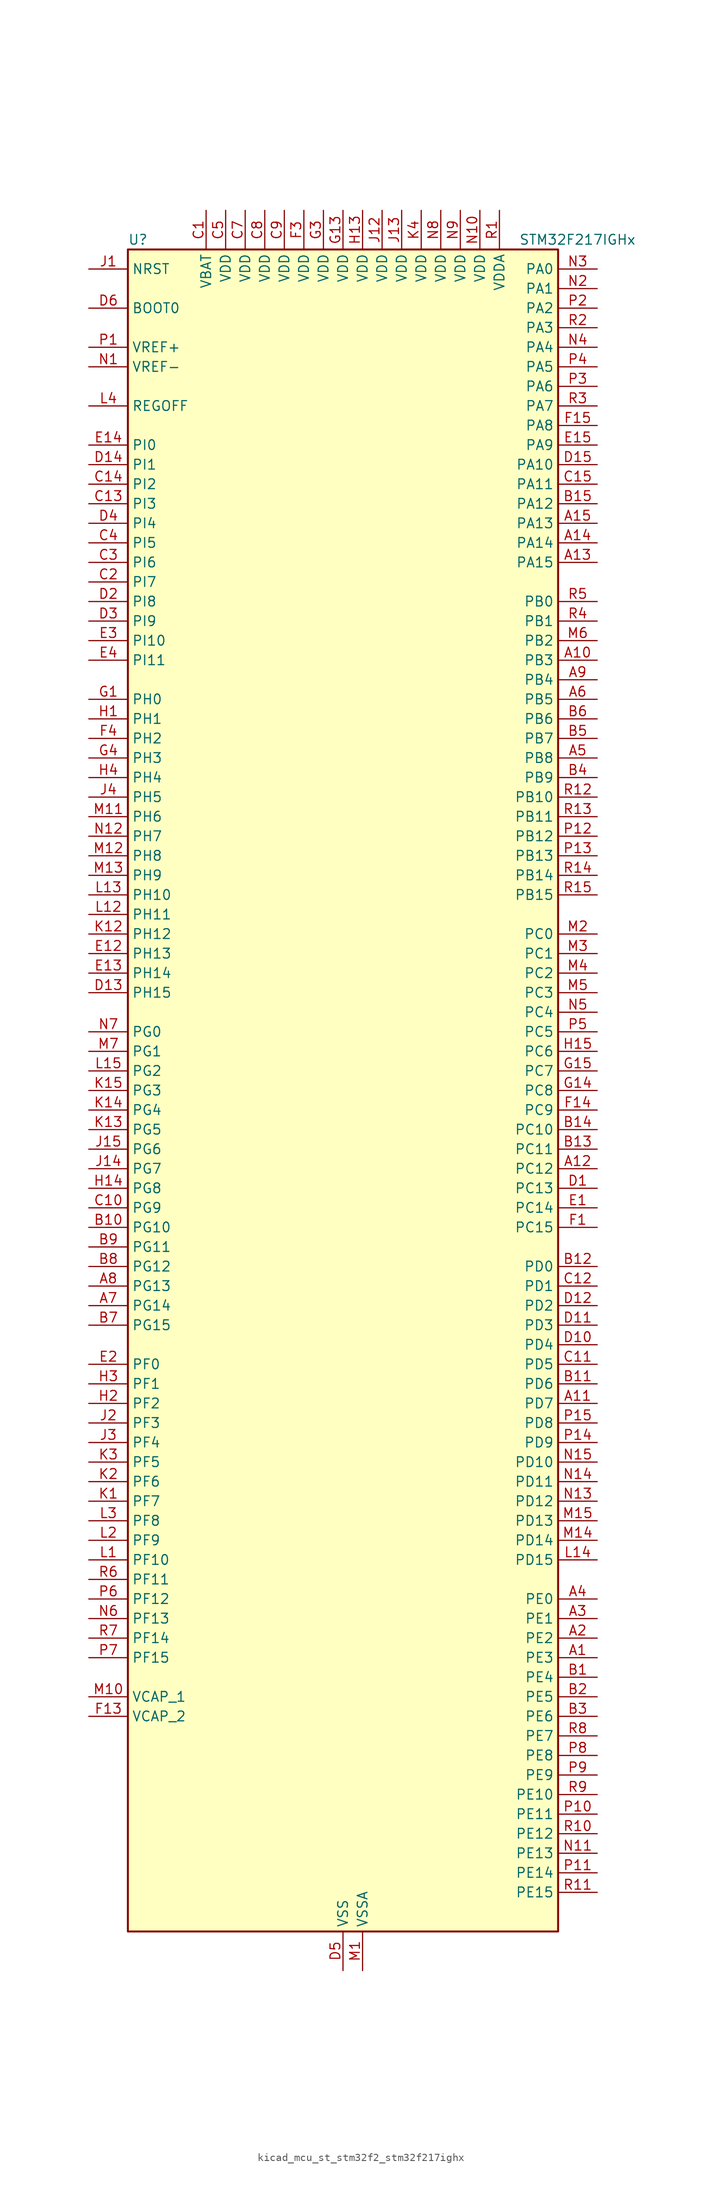
<source format=kicad_sym>
(kicad_symbol_lib
  (version 20220914)
  (generator kicad_symbol_editor)
  (symbol "kicad_mcu_st_stm32f2_stm32f217ighx"
    (property "Reference" "U"
      (at -27.94 110.49 0)
      (effects (font (size 1.27 1.27)) (justify left)))
    (property "Value" "STM32F217IGHx"
      (at 22.86 110.49 0)
      (effects (font (size 1.27 1.27)) (justify left)))
    (property "ki_locked" ""
      (at 0 0 0)
      (effects (font (size 1.27 1.27))))
    (symbol "kicad_mcu_st_stm32f2_stm32f217ighx_0_1"
      (rectangle (start -27.94 -109.22) (end 27.94 109.22) (stroke (width 0.254) (type default)) (fill (type background))))
    (symbol "kicad_mcu_st_stm32f2_stm32f217ighx_1_1"
      (pin bidirectional line (at 33.02 -73.66 180) (length 5.08) (name "PE3" (effects (font (size 1.27 1.27)))) (number "A1" (effects (font (size 1.27 1.27)))) (alternate "FSMC_A19" bidirectional line) (alternate "SYS_TRACED0" bidirectional line))
      (pin bidirectional line (at 33.02 55.88 180) (length 5.08) (name "PB3" (effects (font (size 1.27 1.27)))) (number "A10" (effects (font (size 1.27 1.27)))) (alternate "I2S3_SCK" bidirectional line) (alternate "SPI1_SCK" bidirectional line) (alternate "SPI3_SCK" bidirectional line) (alternate "SYS_JTDO-SWO" bidirectional line) (alternate "TIM2_CH2" bidirectional line))
      (pin bidirectional line (at 33.02 -40.64 180) (length 5.08) (name "PD7" (effects (font (size 1.27 1.27)))) (number "A11" (effects (font (size 1.27 1.27)))) (alternate "FSMC_NCE2" bidirectional line) (alternate "FSMC_NE1" bidirectional line) (alternate "USART2_CK" bidirectional line))
      (pin bidirectional line (at 33.02 -10.16 180) (length 5.08) (name "PC12" (effects (font (size 1.27 1.27)))) (number "A12" (effects (font (size 1.27 1.27)))) (alternate "DCMI_D9" bidirectional line) (alternate "I2S3_SD" bidirectional line) (alternate "SDIO_CK" bidirectional line) (alternate "SPI3_MOSI" bidirectional line) (alternate "UART5_TX" bidirectional line) (alternate "USART3_CK" bidirectional line))
      (pin bidirectional line (at 33.02 68.58 180) (length 5.08) (name "PA15" (effects (font (size 1.27 1.27)))) (number "A13" (effects (font (size 1.27 1.27)))) (alternate "ADC1_EXTI15" bidirectional line) (alternate "ADC2_EXTI15" bidirectional line) (alternate "ADC3_EXTI15" bidirectional line) (alternate "I2S3_WS" bidirectional line) (alternate "SPI1_NSS" bidirectional line) (alternate "SPI3_NSS" bidirectional line) (alternate "SYS_JTDI" bidirectional line) (alternate "TIM2_CH1" bidirectional line) (alternate "TIM2_ETR" bidirectional line))
      (pin bidirectional line (at 33.02 71.12 180) (length 5.08) (name "PA14" (effects (font (size 1.27 1.27)))) (number "A14" (effects (font (size 1.27 1.27)))) (alternate "SYS_JTCK-SWCLK" bidirectional line))
      (pin bidirectional line (at 33.02 73.66 180) (length 5.08) (name "PA13" (effects (font (size 1.27 1.27)))) (number "A15" (effects (font (size 1.27 1.27)))) (alternate "SYS_JTMS-SWDIO" bidirectional line))
      (pin bidirectional line (at 33.02 -71.12 180) (length 5.08) (name "PE2" (effects (font (size 1.27 1.27)))) (number "A2" (effects (font (size 1.27 1.27)))) (alternate "ETH_TXD3" bidirectional line) (alternate "FSMC_A23" bidirectional line) (alternate "SYS_TRACECLK" bidirectional line))
      (pin bidirectional line (at 33.02 -68.58 180) (length 5.08) (name "PE1" (effects (font (size 1.27 1.27)))) (number "A3" (effects (font (size 1.27 1.27)))) (alternate "DCMI_D3" bidirectional line) (alternate "FSMC_NBL1" bidirectional line))
      (pin bidirectional line (at 33.02 -66.04 180) (length 5.08) (name "PE0" (effects (font (size 1.27 1.27)))) (number "A4" (effects (font (size 1.27 1.27)))) (alternate "DCMI_D2" bidirectional line) (alternate "FSMC_NBL0" bidirectional line) (alternate "TIM4_ETR" bidirectional line))
      (pin bidirectional line (at 33.02 43.18 180) (length 5.08) (name "PB8" (effects (font (size 1.27 1.27)))) (number "A5" (effects (font (size 1.27 1.27)))) (alternate "CAN1_RX" bidirectional line) (alternate "DCMI_D6" bidirectional line) (alternate "ETH_TXD3" bidirectional line) (alternate "I2C1_SCL" bidirectional line) (alternate "SDIO_D4" bidirectional line) (alternate "TIM10_CH1" bidirectional line) (alternate "TIM4_CH3" bidirectional line))
      (pin bidirectional line (at 33.02 50.8 180) (length 5.08) (name "PB5" (effects (font (size 1.27 1.27)))) (number "A6" (effects (font (size 1.27 1.27)))) (alternate "CAN2_RX" bidirectional line) (alternate "DCMI_D10" bidirectional line) (alternate "ETH_PPS_OUT" bidirectional line) (alternate "I2C1_SMBA" bidirectional line) (alternate "I2S3_SD" bidirectional line) (alternate "SPI1_MOSI" bidirectional line) (alternate "SPI3_MOSI" bidirectional line) (alternate "TIM3_CH2" bidirectional line) (alternate "USB_OTG_HS_ULPI_D7" bidirectional line))
      (pin bidirectional line (at -33.02 -27.94 0) (length 5.08) (name "PG14" (effects (font (size 1.27 1.27)))) (number "A7" (effects (font (size 1.27 1.27)))) (alternate "ETH_TXD1" bidirectional line) (alternate "FSMC_A25" bidirectional line) (alternate "USART6_TX" bidirectional line))
      (pin bidirectional line (at -33.02 -25.4 0) (length 5.08) (name "PG13" (effects (font (size 1.27 1.27)))) (number "A8" (effects (font (size 1.27 1.27)))) (alternate "ETH_TXD0" bidirectional line) (alternate "FSMC_A24" bidirectional line) (alternate "USART6_CTS" bidirectional line))
      (pin bidirectional line (at 33.02 53.34 180) (length 5.08) (name "PB4" (effects (font (size 1.27 1.27)))) (number "A9" (effects (font (size 1.27 1.27)))) (alternate "SPI1_MISO" bidirectional line) (alternate "SPI3_MISO" bidirectional line) (alternate "SYS_JTRST" bidirectional line) (alternate "TIM3_CH1" bidirectional line))
      (pin bidirectional line (at 33.02 -76.2 180) (length 5.08) (name "PE4" (effects (font (size 1.27 1.27)))) (number "B1" (effects (font (size 1.27 1.27)))) (alternate "DCMI_D4" bidirectional line) (alternate "FSMC_A20" bidirectional line) (alternate "SYS_TRACED1" bidirectional line))
      (pin bidirectional line (at -33.02 -17.78 0) (length 5.08) (name "PG10" (effects (font (size 1.27 1.27)))) (number "B10" (effects (font (size 1.27 1.27)))) (alternate "FSMC_NCE4_1" bidirectional line) (alternate "FSMC_NE3" bidirectional line))
      (pin bidirectional line (at 33.02 -38.1 180) (length 5.08) (name "PD6" (effects (font (size 1.27 1.27)))) (number "B11" (effects (font (size 1.27 1.27)))) (alternate "FSMC_NWAIT" bidirectional line) (alternate "USART2_RX" bidirectional line))
      (pin bidirectional line (at 33.02 -22.86 180) (length 5.08) (name "PD0" (effects (font (size 1.27 1.27)))) (number "B12" (effects (font (size 1.27 1.27)))) (alternate "CAN1_RX" bidirectional line) (alternate "FSMC_D2" bidirectional line) (alternate "FSMC_DA2" bidirectional line))
      (pin bidirectional line (at 33.02 -7.62 180) (length 5.08) (name "PC11" (effects (font (size 1.27 1.27)))) (number "B13" (effects (font (size 1.27 1.27)))) (alternate "ADC1_EXTI11" bidirectional line) (alternate "ADC2_EXTI11" bidirectional line) (alternate "ADC3_EXTI11" bidirectional line) (alternate "DCMI_D4" bidirectional line) (alternate "SDIO_D3" bidirectional line) (alternate "SPI3_MISO" bidirectional line) (alternate "UART4_RX" bidirectional line) (alternate "USART3_RX" bidirectional line))
      (pin bidirectional line (at 33.02 -5.08 180) (length 5.08) (name "PC10" (effects (font (size 1.27 1.27)))) (number "B14" (effects (font (size 1.27 1.27)))) (alternate "DCMI_D8" bidirectional line) (alternate "I2S3_SCK" bidirectional line) (alternate "SDIO_D2" bidirectional line) (alternate "SPI3_SCK" bidirectional line) (alternate "UART4_TX" bidirectional line) (alternate "USART3_TX" bidirectional line))
      (pin bidirectional line (at 33.02 76.2 180) (length 5.08) (name "PA12" (effects (font (size 1.27 1.27)))) (number "B15" (effects (font (size 1.27 1.27)))) (alternate "CAN1_TX" bidirectional line) (alternate "TIM1_ETR" bidirectional line) (alternate "USART1_RTS" bidirectional line) (alternate "USB_OTG_FS_DP" bidirectional line))
      (pin bidirectional line (at 33.02 -78.74 180) (length 5.08) (name "PE5" (effects (font (size 1.27 1.27)))) (number "B2" (effects (font (size 1.27 1.27)))) (alternate "DCMI_D6" bidirectional line) (alternate "FSMC_A21" bidirectional line) (alternate "SYS_TRACED2" bidirectional line) (alternate "TIM9_CH1" bidirectional line))
      (pin bidirectional line (at 33.02 -81.28 180) (length 5.08) (name "PE6" (effects (font (size 1.27 1.27)))) (number "B3" (effects (font (size 1.27 1.27)))) (alternate "DCMI_D7" bidirectional line) (alternate "FSMC_A22" bidirectional line) (alternate "SYS_TRACED3" bidirectional line) (alternate "TIM9_CH2" bidirectional line))
      (pin bidirectional line (at 33.02 40.64 180) (length 5.08) (name "PB9" (effects (font (size 1.27 1.27)))) (number "B4" (effects (font (size 1.27 1.27)))) (alternate "CAN1_TX" bidirectional line) (alternate "DAC_EXTI9" bidirectional line) (alternate "DCMI_D7" bidirectional line) (alternate "I2C1_SDA" bidirectional line) (alternate "I2S2_WS" bidirectional line) (alternate "SDIO_D5" bidirectional line) (alternate "SPI2_NSS" bidirectional line) (alternate "TIM11_CH1" bidirectional line) (alternate "TIM4_CH4" bidirectional line))
      (pin bidirectional line (at 33.02 45.72 180) (length 5.08) (name "PB7" (effects (font (size 1.27 1.27)))) (number "B5" (effects (font (size 1.27 1.27)))) (alternate "DCMI_VSYNC" bidirectional line) (alternate "FSMC_NL" bidirectional line) (alternate "I2C1_SDA" bidirectional line) (alternate "TIM4_CH2" bidirectional line) (alternate "USART1_RX" bidirectional line))
      (pin bidirectional line (at 33.02 48.26 180) (length 5.08) (name "PB6" (effects (font (size 1.27 1.27)))) (number "B6" (effects (font (size 1.27 1.27)))) (alternate "CAN2_TX" bidirectional line) (alternate "DCMI_D5" bidirectional line) (alternate "I2C1_SCL" bidirectional line) (alternate "TIM4_CH1" bidirectional line) (alternate "USART1_TX" bidirectional line))
      (pin bidirectional line (at -33.02 -30.48 0) (length 5.08) (name "PG15" (effects (font (size 1.27 1.27)))) (number "B7" (effects (font (size 1.27 1.27)))) (alternate "ADC1_EXTI15" bidirectional line) (alternate "ADC2_EXTI15" bidirectional line) (alternate "ADC3_EXTI15" bidirectional line) (alternate "DCMI_D13" bidirectional line) (alternate "USART6_CTS" bidirectional line))
      (pin bidirectional line (at -33.02 -22.86 0) (length 5.08) (name "PG12" (effects (font (size 1.27 1.27)))) (number "B8" (effects (font (size 1.27 1.27)))) (alternate "FSMC_NE4" bidirectional line) (alternate "USART6_RTS" bidirectional line))
      (pin bidirectional line (at -33.02 -20.32 0) (length 5.08) (name "PG11" (effects (font (size 1.27 1.27)))) (number "B9" (effects (font (size 1.27 1.27)))) (alternate "ADC1_EXTI11" bidirectional line) (alternate "ADC2_EXTI11" bidirectional line) (alternate "ADC3_EXTI11" bidirectional line) (alternate "ETH_TX_EN" bidirectional line) (alternate "FSMC_NCE4_2" bidirectional line))
      (pin power_in line (at -17.78 114.3 270) (length 5.08) (name "VBAT" (effects (font (size 1.27 1.27)))) (number "C1" (effects (font (size 1.27 1.27)))))
      (pin bidirectional line (at -33.02 -15.24 0) (length 5.08) (name "PG9" (effects (font (size 1.27 1.27)))) (number "C10" (effects (font (size 1.27 1.27)))) (alternate "DAC_EXTI9" bidirectional line) (alternate "FSMC_NCE3" bidirectional line) (alternate "FSMC_NE2" bidirectional line) (alternate "USART6_RX" bidirectional line))
      (pin bidirectional line (at 33.02 -35.56 180) (length 5.08) (name "PD5" (effects (font (size 1.27 1.27)))) (number "C11" (effects (font (size 1.27 1.27)))) (alternate "FSMC_NWE" bidirectional line) (alternate "USART2_TX" bidirectional line))
      (pin bidirectional line (at 33.02 -25.4 180) (length 5.08) (name "PD1" (effects (font (size 1.27 1.27)))) (number "C12" (effects (font (size 1.27 1.27)))) (alternate "CAN1_TX" bidirectional line) (alternate "FSMC_D3" bidirectional line) (alternate "FSMC_DA3" bidirectional line))
      (pin bidirectional line (at -33.02 76.2 0) (length 5.08) (name "PI3" (effects (font (size 1.27 1.27)))) (number "C13" (effects (font (size 1.27 1.27)))) (alternate "DCMI_D10" bidirectional line) (alternate "I2S2_SD" bidirectional line) (alternate "SPI2_MOSI" bidirectional line) (alternate "TIM8_ETR" bidirectional line))
      (pin bidirectional line (at -33.02 78.74 0) (length 5.08) (name "PI2" (effects (font (size 1.27 1.27)))) (number "C14" (effects (font (size 1.27 1.27)))) (alternate "DCMI_D9" bidirectional line) (alternate "SPI2_MISO" bidirectional line) (alternate "TIM8_CH4" bidirectional line))
      (pin bidirectional line (at 33.02 78.74 180) (length 5.08) (name "PA11" (effects (font (size 1.27 1.27)))) (number "C15" (effects (font (size 1.27 1.27)))) (alternate "ADC1_EXTI11" bidirectional line) (alternate "ADC2_EXTI11" bidirectional line) (alternate "ADC3_EXTI11" bidirectional line) (alternate "CAN1_RX" bidirectional line) (alternate "TIM1_CH4" bidirectional line) (alternate "USART1_CTS" bidirectional line) (alternate "USB_OTG_FS_DM" bidirectional line))
      (pin bidirectional line (at -33.02 66.04 0) (length 5.08) (name "PI7" (effects (font (size 1.27 1.27)))) (number "C2" (effects (font (size 1.27 1.27)))) (alternate "DCMI_D7" bidirectional line) (alternate "TIM8_CH3" bidirectional line))
      (pin bidirectional line (at -33.02 68.58 0) (length 5.08) (name "PI6" (effects (font (size 1.27 1.27)))) (number "C3" (effects (font (size 1.27 1.27)))) (alternate "DCMI_D6" bidirectional line) (alternate "TIM8_CH2" bidirectional line))
      (pin bidirectional line (at -33.02 71.12 0) (length 5.08) (name "PI5" (effects (font (size 1.27 1.27)))) (number "C4" (effects (font (size 1.27 1.27)))) (alternate "DCMI_VSYNC" bidirectional line) (alternate "TIM8_CH1" bidirectional line))
      (pin power_in line (at -15.24 114.3 270) (length 5.08) (name "VDD" (effects (font (size 1.27 1.27)))) (number "C5" (effects (font (size 1.27 1.27)))))
      (pin no_connect line (at -27.94 -109.22 0) (length 5.08) hide (name "RFU" (effects (font (size 1.27 1.27)))) (number "C6" (effects (font (size 1.27 1.27)))))
      (pin power_in line (at -12.7 114.3 270) (length 5.08) (name "VDD" (effects (font (size 1.27 1.27)))) (number "C7" (effects (font (size 1.27 1.27)))))
      (pin power_in line (at -10.16 114.3 270) (length 5.08) (name "VDD" (effects (font (size 1.27 1.27)))) (number "C8" (effects (font (size 1.27 1.27)))))
      (pin power_in line (at -7.62 114.3 270) (length 5.08) (name "VDD" (effects (font (size 1.27 1.27)))) (number "C9" (effects (font (size 1.27 1.27)))))
      (pin bidirectional line (at 33.02 -12.7 180) (length 5.08) (name "PC13" (effects (font (size 1.27 1.27)))) (number "D1" (effects (font (size 1.27 1.27)))) (alternate "RTC_AF1" bidirectional line))
      (pin bidirectional line (at 33.02 -33.02 180) (length 5.08) (name "PD4" (effects (font (size 1.27 1.27)))) (number "D10" (effects (font (size 1.27 1.27)))) (alternate "FSMC_NOE" bidirectional line) (alternate "USART2_RTS" bidirectional line))
      (pin bidirectional line (at 33.02 -30.48 180) (length 5.08) (name "PD3" (effects (font (size 1.27 1.27)))) (number "D11" (effects (font (size 1.27 1.27)))) (alternate "FSMC_CLK" bidirectional line) (alternate "USART2_CTS" bidirectional line))
      (pin bidirectional line (at 33.02 -27.94 180) (length 5.08) (name "PD2" (effects (font (size 1.27 1.27)))) (number "D12" (effects (font (size 1.27 1.27)))) (alternate "DCMI_D11" bidirectional line) (alternate "SDIO_CMD" bidirectional line) (alternate "TIM3_ETR" bidirectional line) (alternate "UART5_RX" bidirectional line))
      (pin bidirectional line (at -33.02 12.7 0) (length 5.08) (name "PH15" (effects (font (size 1.27 1.27)))) (number "D13" (effects (font (size 1.27 1.27)))) (alternate "ADC1_EXTI15" bidirectional line) (alternate "ADC2_EXTI15" bidirectional line) (alternate "ADC3_EXTI15" bidirectional line) (alternate "DCMI_D11" bidirectional line) (alternate "TIM8_CH3N" bidirectional line))
      (pin bidirectional line (at -33.02 81.28 0) (length 5.08) (name "PI1" (effects (font (size 1.27 1.27)))) (number "D14" (effects (font (size 1.27 1.27)))) (alternate "DCMI_D8" bidirectional line) (alternate "I2S2_SCK" bidirectional line) (alternate "SPI2_SCK" bidirectional line))
      (pin bidirectional line (at 33.02 81.28 180) (length 5.08) (name "PA10" (effects (font (size 1.27 1.27)))) (number "D15" (effects (font (size 1.27 1.27)))) (alternate "DCMI_D1" bidirectional line) (alternate "TIM1_CH3" bidirectional line) (alternate "USART1_RX" bidirectional line) (alternate "USB_OTG_FS_ID" bidirectional line))
      (pin bidirectional line (at -33.02 63.5 0) (length 5.08) (name "PI8" (effects (font (size 1.27 1.27)))) (number "D2" (effects (font (size 1.27 1.27)))) (alternate "RTC_AF2" bidirectional line))
      (pin bidirectional line (at -33.02 60.96 0) (length 5.08) (name "PI9" (effects (font (size 1.27 1.27)))) (number "D3" (effects (font (size 1.27 1.27)))) (alternate "CAN1_RX" bidirectional line) (alternate "DAC_EXTI9" bidirectional line))
      (pin bidirectional line (at -33.02 73.66 0) (length 5.08) (name "PI4" (effects (font (size 1.27 1.27)))) (number "D4" (effects (font (size 1.27 1.27)))) (alternate "DCMI_D5" bidirectional line) (alternate "TIM8_BKIN" bidirectional line))
      (pin power_in line (at 0 -114.3 90) (length 5.08) (name "VSS" (effects (font (size 1.27 1.27)))) (number "D5" (effects (font (size 1.27 1.27)))))
      (pin input line (at -33.02 101.6 0) (length 5.08) (name "BOOT0" (effects (font (size 1.27 1.27)))) (number "D6" (effects (font (size 1.27 1.27)))))
      (pin passive line (at 0 -114.3 90) (length 5.08) hide (name "VSS" (effects (font (size 1.27 1.27)))) (number "D7" (effects (font (size 1.27 1.27)))))
      (pin passive line (at 0 -114.3 90) (length 5.08) hide (name "VSS" (effects (font (size 1.27 1.27)))) (number "D8" (effects (font (size 1.27 1.27)))))
      (pin passive line (at 0 -114.3 90) (length 5.08) hide (name "VSS" (effects (font (size 1.27 1.27)))) (number "D9" (effects (font (size 1.27 1.27)))))
      (pin bidirectional line (at 33.02 -15.24 180) (length 5.08) (name "PC14" (effects (font (size 1.27 1.27)))) (number "E1" (effects (font (size 1.27 1.27)))) (alternate "RCC_OSC32_IN" bidirectional line))
      (pin bidirectional line (at -33.02 17.78 0) (length 5.08) (name "PH13" (effects (font (size 1.27 1.27)))) (number "E12" (effects (font (size 1.27 1.27)))) (alternate "CAN1_TX" bidirectional line) (alternate "TIM8_CH1N" bidirectional line))
      (pin bidirectional line (at -33.02 15.24 0) (length 5.08) (name "PH14" (effects (font (size 1.27 1.27)))) (number "E13" (effects (font (size 1.27 1.27)))) (alternate "DCMI_D4" bidirectional line) (alternate "TIM8_CH2N" bidirectional line))
      (pin bidirectional line (at -33.02 83.82 0) (length 5.08) (name "PI0" (effects (font (size 1.27 1.27)))) (number "E14" (effects (font (size 1.27 1.27)))) (alternate "DCMI_D13" bidirectional line) (alternate "I2S2_WS" bidirectional line) (alternate "SPI2_NSS" bidirectional line) (alternate "TIM5_CH4" bidirectional line))
      (pin bidirectional line (at 33.02 83.82 180) (length 5.08) (name "PA9" (effects (font (size 1.27 1.27)))) (number "E15" (effects (font (size 1.27 1.27)))) (alternate "DAC_EXTI9" bidirectional line) (alternate "DCMI_D0" bidirectional line) (alternate "I2C3_SMBA" bidirectional line) (alternate "TIM1_CH2" bidirectional line) (alternate "USART1_TX" bidirectional line) (alternate "USB_OTG_FS_VBUS" bidirectional line))
      (pin bidirectional line (at -33.02 -35.56 0) (length 5.08) (name "PF0" (effects (font (size 1.27 1.27)))) (number "E2" (effects (font (size 1.27 1.27)))) (alternate "FSMC_A0" bidirectional line) (alternate "I2C2_SDA" bidirectional line))
      (pin bidirectional line (at -33.02 58.42 0) (length 5.08) (name "PI10" (effects (font (size 1.27 1.27)))) (number "E3" (effects (font (size 1.27 1.27)))) (alternate "ETH_RX_ER" bidirectional line))
      (pin bidirectional line (at -33.02 55.88 0) (length 5.08) (name "PI11" (effects (font (size 1.27 1.27)))) (number "E4" (effects (font (size 1.27 1.27)))) (alternate "ADC1_EXTI11" bidirectional line) (alternate "ADC2_EXTI11" bidirectional line) (alternate "ADC3_EXTI11" bidirectional line) (alternate "USB_OTG_HS_ULPI_DIR" bidirectional line))
      (pin bidirectional line (at 33.02 -17.78 180) (length 5.08) (name "PC15" (effects (font (size 1.27 1.27)))) (number "F1" (effects (font (size 1.27 1.27)))) (alternate "ADC1_EXTI15" bidirectional line) (alternate "ADC2_EXTI15" bidirectional line) (alternate "ADC3_EXTI15" bidirectional line) (alternate "RCC_OSC32_OUT" bidirectional line))
      (pin passive line (at 0 -114.3 90) (length 5.08) hide (name "VSS" (effects (font (size 1.27 1.27)))) (number "F10" (effects (font (size 1.27 1.27)))))
      (pin passive line (at 0 -114.3 90) (length 5.08) hide (name "VSS" (effects (font (size 1.27 1.27)))) (number "F12" (effects (font (size 1.27 1.27)))))
      (pin power_out line (at -33.02 -81.28 0) (length 5.08) (name "VCAP_2" (effects (font (size 1.27 1.27)))) (number "F13" (effects (font (size 1.27 1.27)))))
      (pin bidirectional line (at 33.02 -2.54 180) (length 5.08) (name "PC9" (effects (font (size 1.27 1.27)))) (number "F14" (effects (font (size 1.27 1.27)))) (alternate "DAC_EXTI9" bidirectional line) (alternate "DCMI_D3" bidirectional line) (alternate "I2C3_SDA" bidirectional line) (alternate "I2S_CKIN" bidirectional line) (alternate "RCC_MCO_2" bidirectional line) (alternate "SDIO_D1" bidirectional line) (alternate "TIM3_CH4" bidirectional line) (alternate "TIM8_CH4" bidirectional line))
      (pin bidirectional line (at 33.02 86.36 180) (length 5.08) (name "PA8" (effects (font (size 1.27 1.27)))) (number "F15" (effects (font (size 1.27 1.27)))) (alternate "I2C3_SCL" bidirectional line) (alternate "RCC_MCO_1" bidirectional line) (alternate "TIM1_CH1" bidirectional line) (alternate "USART1_CK" bidirectional line) (alternate "USB_OTG_FS_SOF" bidirectional line))
      (pin passive line (at 0 -114.3 90) (length 5.08) hide (name "VSS" (effects (font (size 1.27 1.27)))) (number "F2" (effects (font (size 1.27 1.27)))))
      (pin power_in line (at -5.08 114.3 270) (length 5.08) (name "VDD" (effects (font (size 1.27 1.27)))) (number "F3" (effects (font (size 1.27 1.27)))))
      (pin bidirectional line (at -33.02 45.72 0) (length 5.08) (name "PH2" (effects (font (size 1.27 1.27)))) (number "F4" (effects (font (size 1.27 1.27)))) (alternate "ETH_CRS" bidirectional line))
      (pin passive line (at 0 -114.3 90) (length 5.08) hide (name "VSS" (effects (font (size 1.27 1.27)))) (number "F6" (effects (font (size 1.27 1.27)))))
      (pin passive line (at 0 -114.3 90) (length 5.08) hide (name "VSS" (effects (font (size 1.27 1.27)))) (number "F7" (effects (font (size 1.27 1.27)))))
      (pin passive line (at 0 -114.3 90) (length 5.08) hide (name "VSS" (effects (font (size 1.27 1.27)))) (number "F8" (effects (font (size 1.27 1.27)))))
      (pin passive line (at 0 -114.3 90) (length 5.08) hide (name "VSS" (effects (font (size 1.27 1.27)))) (number "F9" (effects (font (size 1.27 1.27)))))
      (pin bidirectional line (at -33.02 50.8 0) (length 5.08) (name "PH0" (effects (font (size 1.27 1.27)))) (number "G1" (effects (font (size 1.27 1.27)))) (alternate "RCC_OSC_IN" bidirectional line))
      (pin passive line (at 0 -114.3 90) (length 5.08) hide (name "VSS" (effects (font (size 1.27 1.27)))) (number "G10" (effects (font (size 1.27 1.27)))))
      (pin passive line (at 0 -114.3 90) (length 5.08) hide (name "VSS" (effects (font (size 1.27 1.27)))) (number "G12" (effects (font (size 1.27 1.27)))))
      (pin power_in line (at 0 114.3 270) (length 5.08) (name "VDD" (effects (font (size 1.27 1.27)))) (number "G13" (effects (font (size 1.27 1.27)))))
      (pin bidirectional line (at 33.02 0 180) (length 5.08) (name "PC8" (effects (font (size 1.27 1.27)))) (number "G14" (effects (font (size 1.27 1.27)))) (alternate "DCMI_D2" bidirectional line) (alternate "SDIO_D0" bidirectional line) (alternate "TIM3_CH3" bidirectional line) (alternate "TIM8_CH3" bidirectional line) (alternate "USART6_CK" bidirectional line))
      (pin bidirectional line (at 33.02 2.54 180) (length 5.08) (name "PC7" (effects (font (size 1.27 1.27)))) (number "G15" (effects (font (size 1.27 1.27)))) (alternate "DCMI_D1" bidirectional line) (alternate "I2S3_MCK" bidirectional line) (alternate "SDIO_D7" bidirectional line) (alternate "TIM3_CH2" bidirectional line) (alternate "TIM8_CH2" bidirectional line) (alternate "USART6_RX" bidirectional line))
      (pin passive line (at 0 -114.3 90) (length 5.08) hide (name "VSS" (effects (font (size 1.27 1.27)))) (number "G2" (effects (font (size 1.27 1.27)))))
      (pin power_in line (at -2.54 114.3 270) (length 5.08) (name "VDD" (effects (font (size 1.27 1.27)))) (number "G3" (effects (font (size 1.27 1.27)))))
      (pin bidirectional line (at -33.02 43.18 0) (length 5.08) (name "PH3" (effects (font (size 1.27 1.27)))) (number "G4" (effects (font (size 1.27 1.27)))) (alternate "ETH_COL" bidirectional line))
      (pin passive line (at 0 -114.3 90) (length 5.08) hide (name "VSS" (effects (font (size 1.27 1.27)))) (number "G6" (effects (font (size 1.27 1.27)))))
      (pin passive line (at 0 -114.3 90) (length 5.08) hide (name "VSS" (effects (font (size 1.27 1.27)))) (number "G7" (effects (font (size 1.27 1.27)))))
      (pin passive line (at 0 -114.3 90) (length 5.08) hide (name "VSS" (effects (font (size 1.27 1.27)))) (number "G8" (effects (font (size 1.27 1.27)))))
      (pin passive line (at 0 -114.3 90) (length 5.08) hide (name "VSS" (effects (font (size 1.27 1.27)))) (number "G9" (effects (font (size 1.27 1.27)))))
      (pin bidirectional line (at -33.02 48.26 0) (length 5.08) (name "PH1" (effects (font (size 1.27 1.27)))) (number "H1" (effects (font (size 1.27 1.27)))) (alternate "RCC_OSC_OUT" bidirectional line))
      (pin passive line (at 0 -114.3 90) (length 5.08) hide (name "VSS" (effects (font (size 1.27 1.27)))) (number "H10" (effects (font (size 1.27 1.27)))))
      (pin passive line (at 0 -114.3 90) (length 5.08) hide (name "VSS" (effects (font (size 1.27 1.27)))) (number "H12" (effects (font (size 1.27 1.27)))))
      (pin power_in line (at 2.54 114.3 270) (length 5.08) (name "VDD" (effects (font (size 1.27 1.27)))) (number "H13" (effects (font (size 1.27 1.27)))))
      (pin bidirectional line (at -33.02 -12.7 0) (length 5.08) (name "PG8" (effects (font (size 1.27 1.27)))) (number "H14" (effects (font (size 1.27 1.27)))) (alternate "ETH_PPS_OUT" bidirectional line) (alternate "USART6_RTS" bidirectional line))
      (pin bidirectional line (at 33.02 5.08 180) (length 5.08) (name "PC6" (effects (font (size 1.27 1.27)))) (number "H15" (effects (font (size 1.27 1.27)))) (alternate "DCMI_D0" bidirectional line) (alternate "I2S2_MCK" bidirectional line) (alternate "SDIO_D6" bidirectional line) (alternate "TIM3_CH1" bidirectional line) (alternate "TIM8_CH1" bidirectional line) (alternate "USART6_TX" bidirectional line))
      (pin bidirectional line (at -33.02 -40.64 0) (length 5.08) (name "PF2" (effects (font (size 1.27 1.27)))) (number "H2" (effects (font (size 1.27 1.27)))) (alternate "FSMC_A2" bidirectional line) (alternate "I2C2_SMBA" bidirectional line))
      (pin bidirectional line (at -33.02 -38.1 0) (length 5.08) (name "PF1" (effects (font (size 1.27 1.27)))) (number "H3" (effects (font (size 1.27 1.27)))) (alternate "FSMC_A1" bidirectional line) (alternate "I2C2_SCL" bidirectional line))
      (pin bidirectional line (at -33.02 40.64 0) (length 5.08) (name "PH4" (effects (font (size 1.27 1.27)))) (number "H4" (effects (font (size 1.27 1.27)))) (alternate "I2C2_SCL" bidirectional line) (alternate "USB_OTG_HS_ULPI_NXT" bidirectional line))
      (pin passive line (at 0 -114.3 90) (length 5.08) hide (name "VSS" (effects (font (size 1.27 1.27)))) (number "H6" (effects (font (size 1.27 1.27)))))
      (pin passive line (at 0 -114.3 90) (length 5.08) hide (name "VSS" (effects (font (size 1.27 1.27)))) (number "H7" (effects (font (size 1.27 1.27)))))
      (pin passive line (at 0 -114.3 90) (length 5.08) hide (name "VSS" (effects (font (size 1.27 1.27)))) (number "H8" (effects (font (size 1.27 1.27)))))
      (pin passive line (at 0 -114.3 90) (length 5.08) hide (name "VSS" (effects (font (size 1.27 1.27)))) (number "H9" (effects (font (size 1.27 1.27)))))
      (pin input line (at -33.02 106.68 0) (length 5.08) (name "NRST" (effects (font (size 1.27 1.27)))) (number "J1" (effects (font (size 1.27 1.27)))))
      (pin passive line (at 0 -114.3 90) (length 5.08) hide (name "VSS" (effects (font (size 1.27 1.27)))) (number "J10" (effects (font (size 1.27 1.27)))))
      (pin power_in line (at 5.08 114.3 270) (length 5.08) (name "VDD" (effects (font (size 1.27 1.27)))) (number "J12" (effects (font (size 1.27 1.27)))))
      (pin power_in line (at 7.62 114.3 270) (length 5.08) (name "VDD" (effects (font (size 1.27 1.27)))) (number "J13" (effects (font (size 1.27 1.27)))))
      (pin bidirectional line (at -33.02 -10.16 0) (length 5.08) (name "PG7" (effects (font (size 1.27 1.27)))) (number "J14" (effects (font (size 1.27 1.27)))) (alternate "FSMC_INT3" bidirectional line) (alternate "USART6_CK" bidirectional line))
      (pin bidirectional line (at -33.02 -7.62 0) (length 5.08) (name "PG6" (effects (font (size 1.27 1.27)))) (number "J15" (effects (font (size 1.27 1.27)))) (alternate "FSMC_INT2" bidirectional line))
      (pin bidirectional line (at -33.02 -43.18 0) (length 5.08) (name "PF3" (effects (font (size 1.27 1.27)))) (number "J2" (effects (font (size 1.27 1.27)))) (alternate "ADC3_IN9" bidirectional line) (alternate "FSMC_A3" bidirectional line))
      (pin bidirectional line (at -33.02 -45.72 0) (length 5.08) (name "PF4" (effects (font (size 1.27 1.27)))) (number "J3" (effects (font (size 1.27 1.27)))) (alternate "ADC3_IN14" bidirectional line) (alternate "FSMC_A4" bidirectional line))
      (pin bidirectional line (at -33.02 38.1 0) (length 5.08) (name "PH5" (effects (font (size 1.27 1.27)))) (number "J4" (effects (font (size 1.27 1.27)))) (alternate "I2C2_SDA" bidirectional line))
      (pin passive line (at 0 -114.3 90) (length 5.08) hide (name "VSS" (effects (font (size 1.27 1.27)))) (number "J6" (effects (font (size 1.27 1.27)))))
      (pin passive line (at 0 -114.3 90) (length 5.08) hide (name "VSS" (effects (font (size 1.27 1.27)))) (number "J7" (effects (font (size 1.27 1.27)))))
      (pin passive line (at 0 -114.3 90) (length 5.08) hide (name "VSS" (effects (font (size 1.27 1.27)))) (number "J8" (effects (font (size 1.27 1.27)))))
      (pin passive line (at 0 -114.3 90) (length 5.08) hide (name "VSS" (effects (font (size 1.27 1.27)))) (number "J9" (effects (font (size 1.27 1.27)))))
      (pin bidirectional line (at -33.02 -53.34 0) (length 5.08) (name "PF7" (effects (font (size 1.27 1.27)))) (number "K1" (effects (font (size 1.27 1.27)))) (alternate "ADC3_IN5" bidirectional line) (alternate "FSMC_NREG" bidirectional line) (alternate "TIM11_CH1" bidirectional line))
      (pin passive line (at 0 -114.3 90) (length 5.08) hide (name "VSS" (effects (font (size 1.27 1.27)))) (number "K10" (effects (font (size 1.27 1.27)))))
      (pin bidirectional line (at -33.02 20.32 0) (length 5.08) (name "PH12" (effects (font (size 1.27 1.27)))) (number "K12" (effects (font (size 1.27 1.27)))) (alternate "DCMI_D3" bidirectional line) (alternate "TIM5_CH3" bidirectional line))
      (pin bidirectional line (at -33.02 -5.08 0) (length 5.08) (name "PG5" (effects (font (size 1.27 1.27)))) (number "K13" (effects (font (size 1.27 1.27)))) (alternate "FSMC_A15" bidirectional line))
      (pin bidirectional line (at -33.02 -2.54 0) (length 5.08) (name "PG4" (effects (font (size 1.27 1.27)))) (number "K14" (effects (font (size 1.27 1.27)))) (alternate "FSMC_A14" bidirectional line))
      (pin bidirectional line (at -33.02 0 0) (length 5.08) (name "PG3" (effects (font (size 1.27 1.27)))) (number "K15" (effects (font (size 1.27 1.27)))) (alternate "FSMC_A13" bidirectional line))
      (pin bidirectional line (at -33.02 -50.8 0) (length 5.08) (name "PF6" (effects (font (size 1.27 1.27)))) (number "K2" (effects (font (size 1.27 1.27)))) (alternate "ADC3_IN4" bidirectional line) (alternate "FSMC_NIORD" bidirectional line) (alternate "TIM10_CH1" bidirectional line))
      (pin bidirectional line (at -33.02 -48.26 0) (length 5.08) (name "PF5" (effects (font (size 1.27 1.27)))) (number "K3" (effects (font (size 1.27 1.27)))) (alternate "ADC3_IN15" bidirectional line) (alternate "FSMC_A5" bidirectional line))
      (pin power_in line (at 10.16 114.3 270) (length 5.08) (name "VDD" (effects (font (size 1.27 1.27)))) (number "K4" (effects (font (size 1.27 1.27)))))
      (pin passive line (at 0 -114.3 90) (length 5.08) hide (name "VSS" (effects (font (size 1.27 1.27)))) (number "K6" (effects (font (size 1.27 1.27)))))
      (pin passive line (at 0 -114.3 90) (length 5.08) hide (name "VSS" (effects (font (size 1.27 1.27)))) (number "K7" (effects (font (size 1.27 1.27)))))
      (pin passive line (at 0 -114.3 90) (length 5.08) hide (name "VSS" (effects (font (size 1.27 1.27)))) (number "K8" (effects (font (size 1.27 1.27)))))
      (pin passive line (at 0 -114.3 90) (length 5.08) hide (name "VSS" (effects (font (size 1.27 1.27)))) (number "K9" (effects (font (size 1.27 1.27)))))
      (pin bidirectional line (at -33.02 -60.96 0) (length 5.08) (name "PF10" (effects (font (size 1.27 1.27)))) (number "L1" (effects (font (size 1.27 1.27)))) (alternate "ADC3_IN8" bidirectional line) (alternate "FSMC_INTR" bidirectional line))
      (pin bidirectional line (at -33.02 22.86 0) (length 5.08) (name "PH11" (effects (font (size 1.27 1.27)))) (number "L12" (effects (font (size 1.27 1.27)))) (alternate "ADC1_EXTI11" bidirectional line) (alternate "ADC2_EXTI11" bidirectional line) (alternate "ADC3_EXTI11" bidirectional line) (alternate "DCMI_D2" bidirectional line) (alternate "TIM5_CH2" bidirectional line))
      (pin bidirectional line (at -33.02 25.4 0) (length 5.08) (name "PH10" (effects (font (size 1.27 1.27)))) (number "L13" (effects (font (size 1.27 1.27)))) (alternate "DCMI_D1" bidirectional line) (alternate "TIM5_CH1" bidirectional line))
      (pin bidirectional line (at 33.02 -60.96 180) (length 5.08) (name "PD15" (effects (font (size 1.27 1.27)))) (number "L14" (effects (font (size 1.27 1.27)))) (alternate "ADC1_EXTI15" bidirectional line) (alternate "ADC2_EXTI15" bidirectional line) (alternate "ADC3_EXTI15" bidirectional line) (alternate "FSMC_D1" bidirectional line) (alternate "FSMC_DA1" bidirectional line) (alternate "TIM4_CH4" bidirectional line))
      (pin bidirectional line (at -33.02 2.54 0) (length 5.08) (name "PG2" (effects (font (size 1.27 1.27)))) (number "L15" (effects (font (size 1.27 1.27)))) (alternate "FSMC_A12" bidirectional line))
      (pin bidirectional line (at -33.02 -58.42 0) (length 5.08) (name "PF9" (effects (font (size 1.27 1.27)))) (number "L2" (effects (font (size 1.27 1.27)))) (alternate "ADC3_IN7" bidirectional line) (alternate "DAC_EXTI9" bidirectional line) (alternate "FSMC_CD" bidirectional line) (alternate "TIM14_CH1" bidirectional line))
      (pin bidirectional line (at -33.02 -55.88 0) (length 5.08) (name "PF8" (effects (font (size 1.27 1.27)))) (number "L3" (effects (font (size 1.27 1.27)))) (alternate "ADC3_IN6" bidirectional line) (alternate "FSMC_NIOWR" bidirectional line) (alternate "TIM13_CH1" bidirectional line))
      (pin input line (at -33.02 88.9 0) (length 5.08) (name "REGOFF" (effects (font (size 1.27 1.27)))) (number "L4" (effects (font (size 1.27 1.27)))))
      (pin power_in line (at 2.54 -114.3 90) (length 5.08) (name "VSSA" (effects (font (size 1.27 1.27)))) (number "M1" (effects (font (size 1.27 1.27)))))
      (pin power_out line (at -33.02 -78.74 0) (length 5.08) (name "VCAP_1" (effects (font (size 1.27 1.27)))) (number "M10" (effects (font (size 1.27 1.27)))))
      (pin bidirectional line (at -33.02 35.56 0) (length 5.08) (name "PH6" (effects (font (size 1.27 1.27)))) (number "M11" (effects (font (size 1.27 1.27)))) (alternate "ETH_RXD2" bidirectional line) (alternate "I2C2_SMBA" bidirectional line) (alternate "TIM12_CH1" bidirectional line))
      (pin bidirectional line (at -33.02 30.48 0) (length 5.08) (name "PH8" (effects (font (size 1.27 1.27)))) (number "M12" (effects (font (size 1.27 1.27)))) (alternate "DCMI_HSYNC" bidirectional line) (alternate "I2C3_SDA" bidirectional line))
      (pin bidirectional line (at -33.02 27.94 0) (length 5.08) (name "PH9" (effects (font (size 1.27 1.27)))) (number "M13" (effects (font (size 1.27 1.27)))) (alternate "DAC_EXTI9" bidirectional line) (alternate "DCMI_D0" bidirectional line) (alternate "I2C3_SMBA" bidirectional line) (alternate "TIM12_CH2" bidirectional line))
      (pin bidirectional line (at 33.02 -58.42 180) (length 5.08) (name "PD14" (effects (font (size 1.27 1.27)))) (number "M14" (effects (font (size 1.27 1.27)))) (alternate "FSMC_D0" bidirectional line) (alternate "FSMC_DA0" bidirectional line) (alternate "TIM4_CH3" bidirectional line))
      (pin bidirectional line (at 33.02 -55.88 180) (length 5.08) (name "PD13" (effects (font (size 1.27 1.27)))) (number "M15" (effects (font (size 1.27 1.27)))) (alternate "FSMC_A18" bidirectional line) (alternate "TIM4_CH2" bidirectional line))
      (pin bidirectional line (at 33.02 20.32 180) (length 5.08) (name "PC0" (effects (font (size 1.27 1.27)))) (number "M2" (effects (font (size 1.27 1.27)))) (alternate "ADC1_IN10" bidirectional line) (alternate "ADC2_IN10" bidirectional line) (alternate "ADC3_IN10" bidirectional line) (alternate "USB_OTG_HS_ULPI_STP" bidirectional line))
      (pin bidirectional line (at 33.02 17.78 180) (length 5.08) (name "PC1" (effects (font (size 1.27 1.27)))) (number "M3" (effects (font (size 1.27 1.27)))) (alternate "ADC1_IN11" bidirectional line) (alternate "ADC2_IN11" bidirectional line) (alternate "ADC3_IN11" bidirectional line) (alternate "ETH_MDC" bidirectional line))
      (pin bidirectional line (at 33.02 15.24 180) (length 5.08) (name "PC2" (effects (font (size 1.27 1.27)))) (number "M4" (effects (font (size 1.27 1.27)))) (alternate "ADC1_IN12" bidirectional line) (alternate "ADC2_IN12" bidirectional line) (alternate "ADC3_IN12" bidirectional line) (alternate "ETH_TXD2" bidirectional line) (alternate "SPI2_MISO" bidirectional line) (alternate "USB_OTG_HS_ULPI_DIR" bidirectional line))
      (pin bidirectional line (at 33.02 12.7 180) (length 5.08) (name "PC3" (effects (font (size 1.27 1.27)))) (number "M5" (effects (font (size 1.27 1.27)))) (alternate "ADC1_IN13" bidirectional line) (alternate "ADC2_IN13" bidirectional line) (alternate "ADC3_IN13" bidirectional line) (alternate "ETH_TX_CLK" bidirectional line) (alternate "I2S2_SD" bidirectional line) (alternate "SPI2_MOSI" bidirectional line) (alternate "USB_OTG_HS_ULPI_NXT" bidirectional line))
      (pin bidirectional line (at 33.02 58.42 180) (length 5.08) (name "PB2" (effects (font (size 1.27 1.27)))) (number "M6" (effects (font (size 1.27 1.27)))))
      (pin bidirectional line (at -33.02 5.08 0) (length 5.08) (name "PG1" (effects (font (size 1.27 1.27)))) (number "M7" (effects (font (size 1.27 1.27)))) (alternate "FSMC_A11" bidirectional line))
      (pin passive line (at 0 -114.3 90) (length 5.08) hide (name "VSS" (effects (font (size 1.27 1.27)))) (number "M8" (effects (font (size 1.27 1.27)))))
      (pin passive line (at 0 -114.3 90) (length 5.08) hide (name "VSS" (effects (font (size 1.27 1.27)))) (number "M9" (effects (font (size 1.27 1.27)))))
      (pin input line (at -33.02 93.98 0) (length 5.08) (name "VREF-" (effects (font (size 1.27 1.27)))) (number "N1" (effects (font (size 1.27 1.27)))))
      (pin power_in line (at 17.78 114.3 270) (length 5.08) (name "VDD" (effects (font (size 1.27 1.27)))) (number "N10" (effects (font (size 1.27 1.27)))))
      (pin bidirectional line (at 33.02 -99.06 180) (length 5.08) (name "PE13" (effects (font (size 1.27 1.27)))) (number "N11" (effects (font (size 1.27 1.27)))) (alternate "FSMC_D10" bidirectional line) (alternate "FSMC_DA10" bidirectional line) (alternate "TIM1_CH3" bidirectional line))
      (pin bidirectional line (at -33.02 33.02 0) (length 5.08) (name "PH7" (effects (font (size 1.27 1.27)))) (number "N12" (effects (font (size 1.27 1.27)))) (alternate "ETH_RXD3" bidirectional line) (alternate "I2C3_SCL" bidirectional line))
      (pin bidirectional line (at 33.02 -53.34 180) (length 5.08) (name "PD12" (effects (font (size 1.27 1.27)))) (number "N13" (effects (font (size 1.27 1.27)))) (alternate "FSMC_A17" bidirectional line) (alternate "FSMC_ALE" bidirectional line) (alternate "TIM4_CH1" bidirectional line) (alternate "USART3_RTS" bidirectional line))
      (pin bidirectional line (at 33.02 -50.8 180) (length 5.08) (name "PD11" (effects (font (size 1.27 1.27)))) (number "N14" (effects (font (size 1.27 1.27)))) (alternate "ADC1_EXTI11" bidirectional line) (alternate "ADC2_EXTI11" bidirectional line) (alternate "ADC3_EXTI11" bidirectional line) (alternate "FSMC_A16" bidirectional line) (alternate "FSMC_CLE" bidirectional line) (alternate "USART3_CTS" bidirectional line))
      (pin bidirectional line (at 33.02 -48.26 180) (length 5.08) (name "PD10" (effects (font (size 1.27 1.27)))) (number "N15" (effects (font (size 1.27 1.27)))) (alternate "FSMC_D15" bidirectional line) (alternate "FSMC_DA15" bidirectional line) (alternate "USART3_CK" bidirectional line))
      (pin bidirectional line (at 33.02 104.14 180) (length 5.08) (name "PA1" (effects (font (size 1.27 1.27)))) (number "N2" (effects (font (size 1.27 1.27)))) (alternate "ADC1_IN1" bidirectional line) (alternate "ADC2_IN1" bidirectional line) (alternate "ADC3_IN1" bidirectional line) (alternate "ETH_REF_CLK" bidirectional line) (alternate "ETH_RX_CLK" bidirectional line) (alternate "TIM2_CH2" bidirectional line) (alternate "TIM5_CH2" bidirectional line) (alternate "UART4_RX" bidirectional line) (alternate "USART2_RTS" bidirectional line))
      (pin bidirectional line (at 33.02 106.68 180) (length 5.08) (name "PA0" (effects (font (size 1.27 1.27)))) (number "N3" (effects (font (size 1.27 1.27)))) (alternate "ADC1_IN0" bidirectional line) (alternate "ADC2_IN0" bidirectional line) (alternate "ADC3_IN0" bidirectional line) (alternate "ETH_CRS" bidirectional line) (alternate "SYS_WKUP" bidirectional line) (alternate "TIM2_CH1" bidirectional line) (alternate "TIM2_ETR" bidirectional line) (alternate "TIM5_CH1" bidirectional line) (alternate "TIM8_ETR" bidirectional line) (alternate "UART4_TX" bidirectional line) (alternate "USART2_CTS" bidirectional line))
      (pin bidirectional line (at 33.02 96.52 180) (length 5.08) (name "PA4" (effects (font (size 1.27 1.27)))) (number "N4" (effects (font (size 1.27 1.27)))) (alternate "ADC1_IN4" bidirectional line) (alternate "ADC2_IN4" bidirectional line) (alternate "DAC_OUT1" bidirectional line) (alternate "DCMI_HSYNC" bidirectional line) (alternate "I2S3_WS" bidirectional line) (alternate "SPI1_NSS" bidirectional line) (alternate "SPI3_NSS" bidirectional line) (alternate "USART2_CK" bidirectional line) (alternate "USB_OTG_HS_SOF" bidirectional line))
      (pin bidirectional line (at 33.02 10.16 180) (length 5.08) (name "PC4" (effects (font (size 1.27 1.27)))) (number "N5" (effects (font (size 1.27 1.27)))) (alternate "ADC1_IN14" bidirectional line) (alternate "ADC2_IN14" bidirectional line) (alternate "ETH_RXD0" bidirectional line))
      (pin bidirectional line (at -33.02 -68.58 0) (length 5.08) (name "PF13" (effects (font (size 1.27 1.27)))) (number "N6" (effects (font (size 1.27 1.27)))) (alternate "FSMC_A7" bidirectional line))
      (pin bidirectional line (at -33.02 7.62 0) (length 5.08) (name "PG0" (effects (font (size 1.27 1.27)))) (number "N7" (effects (font (size 1.27 1.27)))) (alternate "FSMC_A10" bidirectional line))
      (pin power_in line (at 12.7 114.3 270) (length 5.08) (name "VDD" (effects (font (size 1.27 1.27)))) (number "N8" (effects (font (size 1.27 1.27)))))
      (pin power_in line (at 15.24 114.3 270) (length 5.08) (name "VDD" (effects (font (size 1.27 1.27)))) (number "N9" (effects (font (size 1.27 1.27)))))
      (pin input line (at -33.02 96.52 0) (length 5.08) (name "VREF+" (effects (font (size 1.27 1.27)))) (number "P1" (effects (font (size 1.27 1.27)))))
      (pin bidirectional line (at 33.02 -93.98 180) (length 5.08) (name "PE11" (effects (font (size 1.27 1.27)))) (number "P10" (effects (font (size 1.27 1.27)))) (alternate "ADC1_EXTI11" bidirectional line) (alternate "ADC2_EXTI11" bidirectional line) (alternate "ADC3_EXTI11" bidirectional line) (alternate "FSMC_D8" bidirectional line) (alternate "FSMC_DA8" bidirectional line) (alternate "TIM1_CH2" bidirectional line))
      (pin bidirectional line (at 33.02 -101.6 180) (length 5.08) (name "PE14" (effects (font (size 1.27 1.27)))) (number "P11" (effects (font (size 1.27 1.27)))) (alternate "FSMC_D11" bidirectional line) (alternate "FSMC_DA11" bidirectional line) (alternate "TIM1_CH4" bidirectional line))
      (pin bidirectional line (at 33.02 33.02 180) (length 5.08) (name "PB12" (effects (font (size 1.27 1.27)))) (number "P12" (effects (font (size 1.27 1.27)))) (alternate "CAN2_RX" bidirectional line) (alternate "ETH_TXD0" bidirectional line) (alternate "I2C2_SMBA" bidirectional line) (alternate "I2S2_WS" bidirectional line) (alternate "SPI2_NSS" bidirectional line) (alternate "TIM1_BKIN" bidirectional line) (alternate "USART3_CK" bidirectional line) (alternate "USB_OTG_HS_ID" bidirectional line) (alternate "USB_OTG_HS_ULPI_D5" bidirectional line))
      (pin bidirectional line (at 33.02 30.48 180) (length 5.08) (name "PB13" (effects (font (size 1.27 1.27)))) (number "P13" (effects (font (size 1.27 1.27)))) (alternate "CAN2_TX" bidirectional line) (alternate "ETH_TXD1" bidirectional line) (alternate "I2S2_SCK" bidirectional line) (alternate "SPI2_SCK" bidirectional line) (alternate "TIM1_CH1N" bidirectional line) (alternate "USART3_CTS" bidirectional line) (alternate "USB_OTG_HS_ULPI_D6" bidirectional line) (alternate "USB_OTG_HS_VBUS" bidirectional line))
      (pin bidirectional line (at 33.02 -45.72 180) (length 5.08) (name "PD9" (effects (font (size 1.27 1.27)))) (number "P14" (effects (font (size 1.27 1.27)))) (alternate "DAC_EXTI9" bidirectional line) (alternate "FSMC_D14" bidirectional line) (alternate "FSMC_DA14" bidirectional line) (alternate "USART3_RX" bidirectional line))
      (pin bidirectional line (at 33.02 -43.18 180) (length 5.08) (name "PD8" (effects (font (size 1.27 1.27)))) (number "P15" (effects (font (size 1.27 1.27)))) (alternate "FSMC_D13" bidirectional line) (alternate "FSMC_DA13" bidirectional line) (alternate "USART3_TX" bidirectional line))
      (pin bidirectional line (at 33.02 101.6 180) (length 5.08) (name "PA2" (effects (font (size 1.27 1.27)))) (number "P2" (effects (font (size 1.27 1.27)))) (alternate "ADC1_IN2" bidirectional line) (alternate "ADC2_IN2" bidirectional line) (alternate "ADC3_IN2" bidirectional line) (alternate "ETH_MDIO" bidirectional line) (alternate "TIM2_CH3" bidirectional line) (alternate "TIM5_CH3" bidirectional line) (alternate "TIM9_CH1" bidirectional line) (alternate "USART2_TX" bidirectional line))
      (pin bidirectional line (at 33.02 91.44 180) (length 5.08) (name "PA6" (effects (font (size 1.27 1.27)))) (number "P3" (effects (font (size 1.27 1.27)))) (alternate "ADC1_IN6" bidirectional line) (alternate "ADC2_IN6" bidirectional line) (alternate "DCMI_PIXCLK" bidirectional line) (alternate "SPI1_MISO" bidirectional line) (alternate "TIM13_CH1" bidirectional line) (alternate "TIM1_BKIN" bidirectional line) (alternate "TIM3_CH1" bidirectional line) (alternate "TIM8_BKIN" bidirectional line))
      (pin bidirectional line (at 33.02 93.98 180) (length 5.08) (name "PA5" (effects (font (size 1.27 1.27)))) (number "P4" (effects (font (size 1.27 1.27)))) (alternate "ADC1_IN5" bidirectional line) (alternate "ADC2_IN5" bidirectional line) (alternate "DAC_OUT2" bidirectional line) (alternate "SPI1_SCK" bidirectional line) (alternate "TIM2_CH1" bidirectional line) (alternate "TIM2_ETR" bidirectional line) (alternate "TIM8_CH1N" bidirectional line) (alternate "USB_OTG_HS_ULPI_CK" bidirectional line))
      (pin bidirectional line (at 33.02 7.62 180) (length 5.08) (name "PC5" (effects (font (size 1.27 1.27)))) (number "P5" (effects (font (size 1.27 1.27)))) (alternate "ADC1_IN15" bidirectional line) (alternate "ADC2_IN15" bidirectional line) (alternate "ETH_RXD1" bidirectional line))
      (pin bidirectional line (at -33.02 -66.04 0) (length 5.08) (name "PF12" (effects (font (size 1.27 1.27)))) (number "P6" (effects (font (size 1.27 1.27)))) (alternate "FSMC_A6" bidirectional line))
      (pin bidirectional line (at -33.02 -73.66 0) (length 5.08) (name "PF15" (effects (font (size 1.27 1.27)))) (number "P7" (effects (font (size 1.27 1.27)))) (alternate "ADC1_EXTI15" bidirectional line) (alternate "ADC2_EXTI15" bidirectional line) (alternate "ADC3_EXTI15" bidirectional line) (alternate "FSMC_A9" bidirectional line))
      (pin bidirectional line (at 33.02 -86.36 180) (length 5.08) (name "PE8" (effects (font (size 1.27 1.27)))) (number "P8" (effects (font (size 1.27 1.27)))) (alternate "FSMC_D5" bidirectional line) (alternate "FSMC_DA5" bidirectional line) (alternate "TIM1_CH1N" bidirectional line))
      (pin bidirectional line (at 33.02 -88.9 180) (length 5.08) (name "PE9" (effects (font (size 1.27 1.27)))) (number "P9" (effects (font (size 1.27 1.27)))) (alternate "DAC_EXTI9" bidirectional line) (alternate "FSMC_D6" bidirectional line) (alternate "FSMC_DA6" bidirectional line) (alternate "TIM1_CH1" bidirectional line))
      (pin power_in line (at 20.32 114.3 270) (length 5.08) (name "VDDA" (effects (font (size 1.27 1.27)))) (number "R1" (effects (font (size 1.27 1.27)))))
      (pin bidirectional line (at 33.02 -96.52 180) (length 5.08) (name "PE12" (effects (font (size 1.27 1.27)))) (number "R10" (effects (font (size 1.27 1.27)))) (alternate "FSMC_D9" bidirectional line) (alternate "FSMC_DA9" bidirectional line) (alternate "TIM1_CH3N" bidirectional line))
      (pin bidirectional line (at 33.02 -104.14 180) (length 5.08) (name "PE15" (effects (font (size 1.27 1.27)))) (number "R11" (effects (font (size 1.27 1.27)))) (alternate "ADC1_EXTI15" bidirectional line) (alternate "ADC2_EXTI15" bidirectional line) (alternate "ADC3_EXTI15" bidirectional line) (alternate "FSMC_D12" bidirectional line) (alternate "FSMC_DA12" bidirectional line) (alternate "TIM1_BKIN" bidirectional line))
      (pin bidirectional line (at 33.02 38.1 180) (length 5.08) (name "PB10" (effects (font (size 1.27 1.27)))) (number "R12" (effects (font (size 1.27 1.27)))) (alternate "ETH_RX_ER" bidirectional line) (alternate "I2C2_SCL" bidirectional line) (alternate "I2S2_SCK" bidirectional line) (alternate "SPI2_SCK" bidirectional line) (alternate "TIM2_CH3" bidirectional line) (alternate "USART3_TX" bidirectional line) (alternate "USB_OTG_HS_ULPI_D3" bidirectional line))
      (pin bidirectional line (at 33.02 35.56 180) (length 5.08) (name "PB11" (effects (font (size 1.27 1.27)))) (number "R13" (effects (font (size 1.27 1.27)))) (alternate "ADC1_EXTI11" bidirectional line) (alternate "ADC2_EXTI11" bidirectional line) (alternate "ADC3_EXTI11" bidirectional line) (alternate "ETH_TX_EN" bidirectional line) (alternate "I2C2_SDA" bidirectional line) (alternate "TIM2_CH4" bidirectional line) (alternate "USART3_RX" bidirectional line) (alternate "USB_OTG_HS_ULPI_D4" bidirectional line))
      (pin bidirectional line (at 33.02 27.94 180) (length 5.08) (name "PB14" (effects (font (size 1.27 1.27)))) (number "R14" (effects (font (size 1.27 1.27)))) (alternate "SPI2_MISO" bidirectional line) (alternate "TIM12_CH1" bidirectional line) (alternate "TIM1_CH2N" bidirectional line) (alternate "TIM8_CH2N" bidirectional line) (alternate "USART3_RTS" bidirectional line) (alternate "USB_OTG_HS_DM" bidirectional line))
      (pin bidirectional line (at 33.02 25.4 180) (length 5.08) (name "PB15" (effects (font (size 1.27 1.27)))) (number "R15" (effects (font (size 1.27 1.27)))) (alternate "ADC1_EXTI15" bidirectional line) (alternate "ADC2_EXTI15" bidirectional line) (alternate "ADC3_EXTI15" bidirectional line) (alternate "I2S2_SD" bidirectional line) (alternate "RTC_REFIN" bidirectional line) (alternate "SPI2_MOSI" bidirectional line) (alternate "TIM12_CH2" bidirectional line) (alternate "TIM1_CH3N" bidirectional line) (alternate "TIM8_CH3N" bidirectional line) (alternate "USB_OTG_HS_DP" bidirectional line))
      (pin bidirectional line (at 33.02 99.06 180) (length 5.08) (name "PA3" (effects (font (size 1.27 1.27)))) (number "R2" (effects (font (size 1.27 1.27)))) (alternate "ADC1_IN3" bidirectional line) (alternate "ADC2_IN3" bidirectional line) (alternate "ADC3_IN3" bidirectional line) (alternate "ETH_COL" bidirectional line) (alternate "TIM2_CH4" bidirectional line) (alternate "TIM5_CH4" bidirectional line) (alternate "TIM9_CH2" bidirectional line) (alternate "USART2_RX" bidirectional line) (alternate "USB_OTG_HS_ULPI_D0" bidirectional line))
      (pin bidirectional line (at 33.02 88.9 180) (length 5.08) (name "PA7" (effects (font (size 1.27 1.27)))) (number "R3" (effects (font (size 1.27 1.27)))) (alternate "ADC1_IN7" bidirectional line) (alternate "ADC2_IN7" bidirectional line) (alternate "ETH_CRS_DV" bidirectional line) (alternate "ETH_RX_DV" bidirectional line) (alternate "SPI1_MOSI" bidirectional line) (alternate "TIM14_CH1" bidirectional line) (alternate "TIM1_CH1N" bidirectional line) (alternate "TIM3_CH2" bidirectional line) (alternate "TIM8_CH1N" bidirectional line))
      (pin bidirectional line (at 33.02 60.96 180) (length 5.08) (name "PB1" (effects (font (size 1.27 1.27)))) (number "R4" (effects (font (size 1.27 1.27)))) (alternate "ADC1_IN9" bidirectional line) (alternate "ADC2_IN9" bidirectional line) (alternate "ETH_RXD3" bidirectional line) (alternate "TIM1_CH3N" bidirectional line) (alternate "TIM3_CH4" bidirectional line) (alternate "TIM8_CH3N" bidirectional line) (alternate "USB_OTG_HS_ULPI_D2" bidirectional line))
      (pin bidirectional line (at 33.02 63.5 180) (length 5.08) (name "PB0" (effects (font (size 1.27 1.27)))) (number "R5" (effects (font (size 1.27 1.27)))) (alternate "ADC1_IN8" bidirectional line) (alternate "ADC2_IN8" bidirectional line) (alternate "ETH_RXD2" bidirectional line) (alternate "TIM1_CH2N" bidirectional line) (alternate "TIM3_CH3" bidirectional line) (alternate "TIM8_CH2N" bidirectional line) (alternate "USB_OTG_HS_ULPI_D1" bidirectional line))
      (pin bidirectional line (at -33.02 -63.5 0) (length 5.08) (name "PF11" (effects (font (size 1.27 1.27)))) (number "R6" (effects (font (size 1.27 1.27)))) (alternate "ADC1_EXTI11" bidirectional line) (alternate "ADC2_EXTI11" bidirectional line) (alternate "ADC3_EXTI11" bidirectional line) (alternate "DCMI_D12" bidirectional line))
      (pin bidirectional line (at -33.02 -71.12 0) (length 5.08) (name "PF14" (effects (font (size 1.27 1.27)))) (number "R7" (effects (font (size 1.27 1.27)))) (alternate "FSMC_A8" bidirectional line))
      (pin bidirectional line (at 33.02 -83.82 180) (length 5.08) (name "PE7" (effects (font (size 1.27 1.27)))) (number "R8" (effects (font (size 1.27 1.27)))) (alternate "FSMC_D4" bidirectional line) (alternate "FSMC_DA4" bidirectional line) (alternate "TIM1_ETR" bidirectional line))
      (pin bidirectional line (at 33.02 -91.44 180) (length 5.08) (name "PE10" (effects (font (size 1.27 1.27)))) (number "R9" (effects (font (size 1.27 1.27)))) (alternate "FSMC_D7" bidirectional line) (alternate "FSMC_DA7" bidirectional line) (alternate "TIM1_CH2N" bidirectional line)))))
</source>
